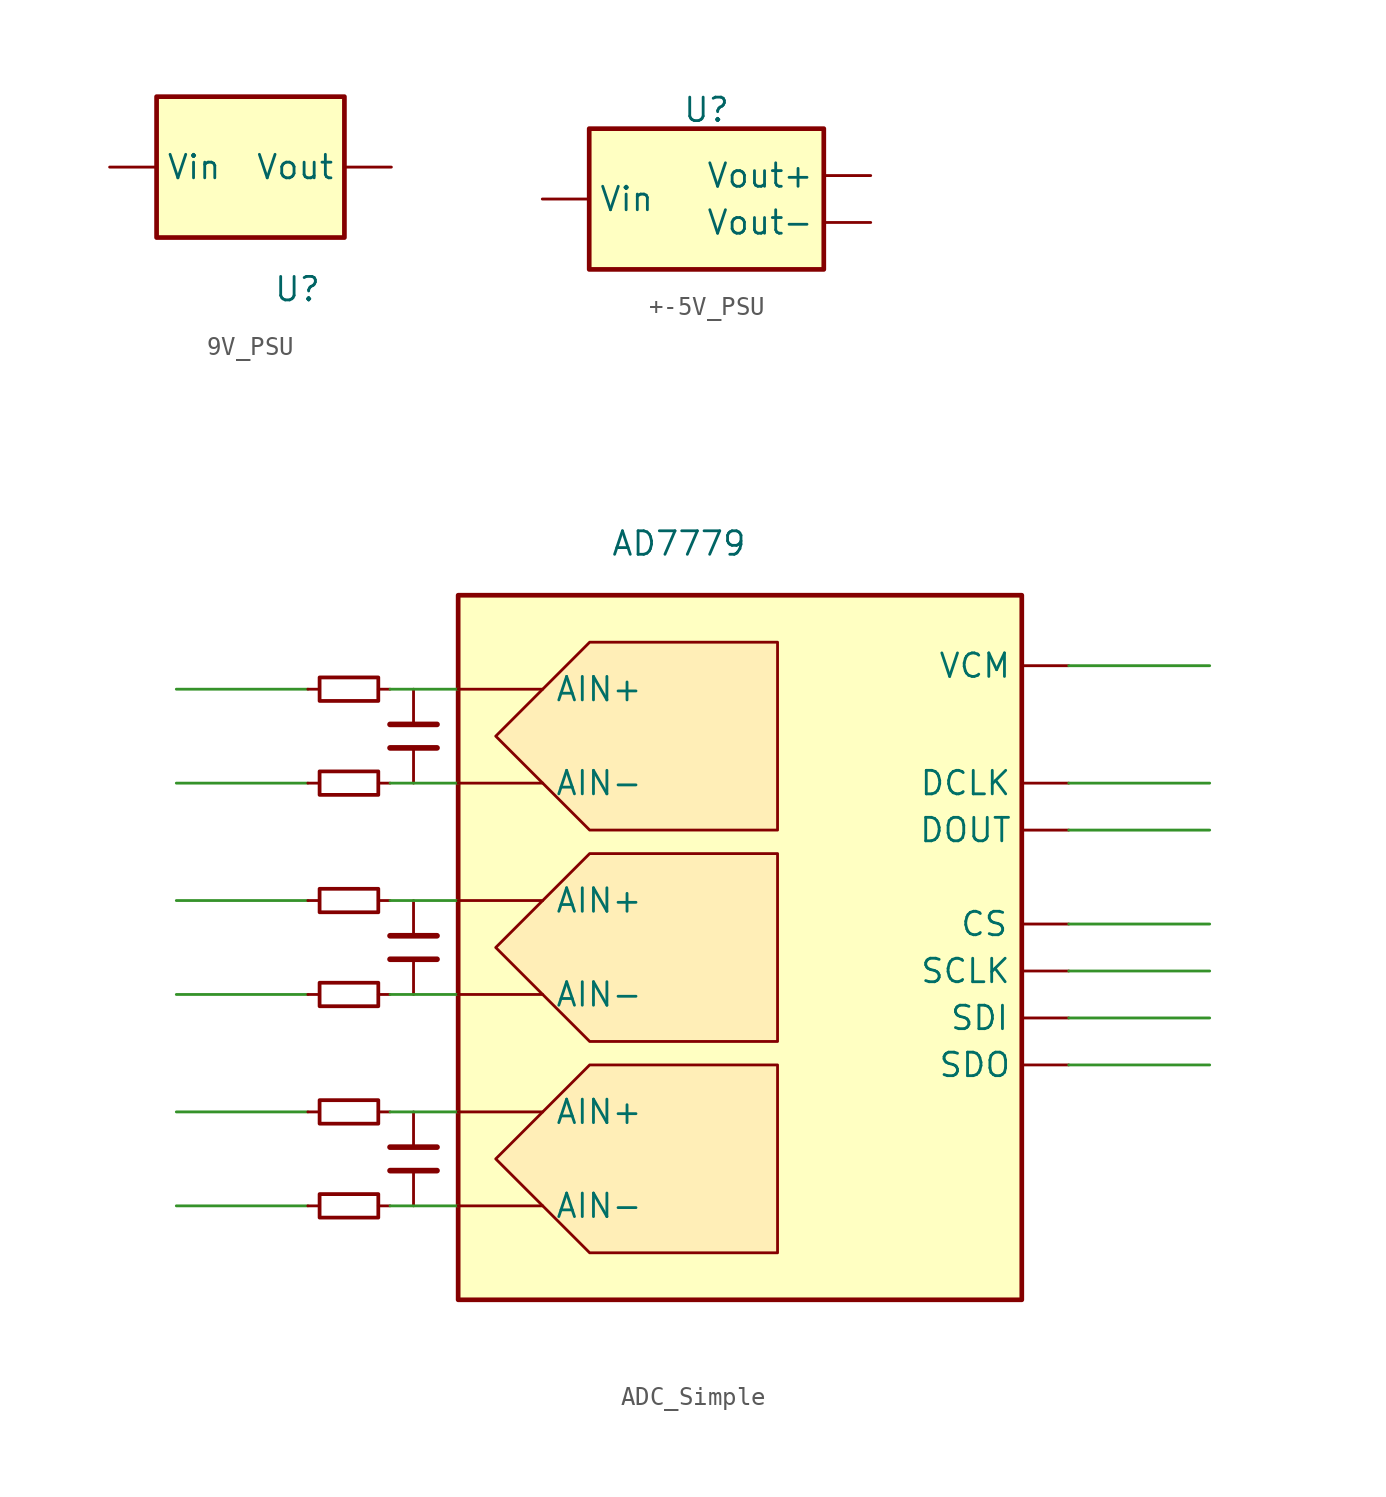
<source format=kicad_sym>
(kicad_symbol_lib
  (version 20241209)
  (generator "kicad_symbol_editor")
  (generator_version "9.0")
  (symbol "9V_PSU"
    (property "Reference" "U"
      (at 2.54 -6.604 0)
      (effects (font (size 1.27 1.27))))
    (property "Value" ""
      (at 0 0 0)
      (effects (font (size 1.27 1.27))))
    (symbol "9V_PSU_1_1"
      (rectangle (start -5.08 3.81) (end 5.08 -3.81) (stroke (width 0.254) (type solid)) (fill (type background)))
      (pin power_in line (at -7.62 0 0) (length 2.54) (name "Vin" (effects (font (size 1.27 1.27)))) (number "" (effects (font (size 1.27 1.27)))))
      (pin power_out line (at 7.62 0 180) (length 2.54) (name "Vout" (effects (font (size 1.27 1.27)))) (number "" (effects (font (size 1.27 1.27)))))))
  (symbol "+-5V_PSU"
    (pin_numbers
      (hide yes))
    (property "Reference" "U"
      (at 0 4.826 0)
      (effects (font (size 1.27 1.27))))
    (property "Value" ""
      (at 0 0 0)
      (effects (font (size 1.27 1.27))))
    (symbol "+-5V_PSU_1_1"
      (rectangle (start -6.35 3.81) (end 6.35 -3.81) (stroke (width 0.254) (type solid)) (fill (type background)))
      (pin power_in line (at -8.89 0 0) (length 2.54) (name "Vin" (effects (font (size 1.27 1.27)))) (number "" (effects (font (size 1.27 1.27)))))
      (pin power_out line (at 8.89 1.27 180) (length 2.54) (name "Vout+" (effects (font (size 1.27 1.27)))) (number "" (effects (font (size 1.27 1.27)))))
      (pin power_out line (at 8.89 -1.27 180) (length 2.54) (name "Vout-" (effects (font (size 1.27 1.27)))) (number "" (effects (font (size 1.27 1.27)))))))
  (symbol "ADC_Simple"
    (pin_numbers
      (hide yes))
    (property "Reference" "XX14"
      (at 1.778 -21.59 0)
      (do_not_autoplace)
      (effects (font (size 1.27 1.27)) (hide yes)))
    (property "Value" "AD7779"
      (at -3.302 21.844 0)
      (effects (font (size 1.27 1.27))))
    (symbol "ADC_Simple_1_1"
      (polyline (pts (xy -23.368 13.97) (xy -30.48 13.97)) (stroke (width 0) (type solid) (color 53 146 42 1)) (fill (type none)))
      (polyline (pts (xy -23.368 13.97) (xy -22.733 13.97)) (stroke (width 0) (type default)) (fill (type none)))
      (polyline (pts (xy -23.368 8.89) (xy -30.48 8.89)) (stroke (width 0) (type solid) (color 53 146 42 1)) (fill (type none)))
      (polyline (pts (xy -23.368 8.89) (xy -22.733 8.89)) (stroke (width 0) (type default)) (fill (type none)))
      (polyline (pts (xy -23.368 2.54) (xy -30.48 2.54)) (stroke (width 0) (type solid) (color 53 146 42 1)) (fill (type none)))
      (polyline (pts (xy -23.368 2.54) (xy -22.733 2.54)) (stroke (width 0) (type default)) (fill (type none)))
      (polyline (pts (xy -23.368 -2.54) (xy -30.48 -2.54)) (stroke (width 0) (type solid) (color 53 146 42 1)) (fill (type none)))
      (polyline (pts (xy -23.368 -2.54) (xy -22.733 -2.54)) (stroke (width 0) (type default)) (fill (type none)))
      (polyline (pts (xy -23.368 -8.89) (xy -30.48 -8.89)) (stroke (width 0) (type solid) (color 53 146 42 1)) (fill (type none)))
      (polyline (pts (xy -23.368 -8.89) (xy -22.733 -8.89)) (stroke (width 0) (type default)) (fill (type none)))
      (polyline (pts (xy -23.368 -13.97) (xy -30.48 -13.97)) (stroke (width 0) (type solid) (color 53 146 42 1)) (fill (type none)))
      (polyline (pts (xy -23.368 -13.97) (xy -22.733 -13.97)) (stroke (width 0) (type default)) (fill (type none)))
      (rectangle (start -22.733 14.605) (end -19.558 13.335) (stroke (width 0.203) (type solid)) (fill (type none)))
      (rectangle (start -22.733 9.525) (end -19.558 8.255) (stroke (width 0.203) (type solid)) (fill (type none)))
      (rectangle (start -22.733 3.175) (end -19.558 1.905) (stroke (width 0.203) (type solid)) (fill (type none)))
      (rectangle (start -22.733 -1.905) (end -19.558 -3.175) (stroke (width 0.203) (type solid)) (fill (type none)))
      (rectangle (start -22.733 -8.255) (end -19.558 -9.525) (stroke (width 0.203) (type solid)) (fill (type none)))
      (rectangle (start -22.733 -13.335) (end -19.558 -14.605) (stroke (width 0.203) (type solid)) (fill (type none)))
      (polyline (pts (xy -19.558 13.97) (xy -18.923 13.97)) (stroke (width 0) (type default)) (fill (type none)))
      (polyline (pts (xy -19.558 8.89) (xy -18.923 8.89)) (stroke (width 0) (type default)) (fill (type none)))
      (polyline (pts (xy -19.558 2.54) (xy -18.923 2.54)) (stroke (width 0) (type default)) (fill (type none)))
      (polyline (pts (xy -19.558 -2.54) (xy -18.923 -2.54)) (stroke (width 0) (type default)) (fill (type none)))
      (polyline (pts (xy -19.558 -8.89) (xy -18.923 -8.89)) (stroke (width 0) (type default)) (fill (type none)))
      (polyline (pts (xy -19.558 -13.97) (xy -18.923 -13.97)) (stroke (width 0) (type default)) (fill (type none)))
      (polyline (pts (xy -18.923 12.065) (xy -16.383 12.065)) (stroke (width 0.305) (type solid)) (fill (type none)))
      (polyline (pts (xy -18.923 10.795) (xy -16.383 10.795)) (stroke (width 0.305) (type solid)) (fill (type none)))
      (polyline (pts (xy -18.923 0.635) (xy -16.383 0.635)) (stroke (width 0.305) (type solid)) (fill (type none)))
      (polyline (pts (xy -18.923 -0.635) (xy -16.383 -0.635)) (stroke (width 0.305) (type solid)) (fill (type none)))
      (polyline (pts (xy -18.923 -10.795) (xy -16.383 -10.795)) (stroke (width 0.305) (type solid)) (fill (type none)))
      (polyline (pts (xy -18.923 -12.065) (xy -16.383 -12.065)) (stroke (width 0.305) (type solid)) (fill (type none)))
      (polyline (pts (xy -17.653 13.97) (xy -17.653 12.065)) (stroke (width 0) (type default)) (fill (type none)))
      (polyline (pts (xy -17.653 10.795) (xy -17.653 8.89)) (stroke (width 0) (type default)) (fill (type none)))
      (polyline (pts (xy -17.653 2.54) (xy -17.653 0.635)) (stroke (width 0) (type default)) (fill (type none)))
      (polyline (pts (xy -17.653 -0.635) (xy -17.653 -2.54)) (stroke (width 0) (type default)) (fill (type none)))
      (polyline (pts (xy -17.653 -8.89) (xy -17.653 -10.795)) (stroke (width 0) (type default)) (fill (type none)))
      (polyline (pts (xy -17.653 -12.065) (xy -17.653 -13.97)) (stroke (width 0) (type default)) (fill (type none)))
      (rectangle (start -15.24 19.05) (end 15.24 -19.05) (stroke (width 0.254) (type solid)) (fill (type background)))
      (polyline (pts (xy -15.24 13.97) (xy -18.923 13.97)) (stroke (width 0) (type solid) (color 53 146 42 1)) (fill (type none)))
      (polyline (pts (xy -15.24 8.89) (xy -18.923 8.89)) (stroke (width 0) (type solid) (color 53 146 42 1)) (fill (type none)))
      (polyline (pts (xy -15.24 2.54) (xy -18.923 2.54)) (stroke (width 0) (type solid) (color 53 146 42 1)) (fill (type none)))
      (polyline (pts (xy -15.24 -2.54) (xy -18.923 -2.54)) (stroke (width 0) (type solid) (color 53 146 42 1)) (fill (type none)))
      (polyline (pts (xy -15.24 -8.89) (xy -18.923 -8.89)) (stroke (width 0) (type solid) (color 53 146 42 1)) (fill (type none)))
      (polyline (pts (xy -15.24 -13.97) (xy -18.923 -13.97)) (stroke (width 0) (type solid) (color 53 146 42 1)) (fill (type none)))
      (polyline (pts (xy -10.668 13.97) (xy -15.24 13.97)) (stroke (width 0) (type default)) (fill (type none)))
      (polyline (pts (xy -10.668 8.89) (xy -15.24 8.89)) (stroke (width 0) (type default)) (fill (type none)))
      (polyline (pts (xy -10.668 2.54) (xy -15.24 2.54)) (stroke (width 0) (type default)) (fill (type none)))
      (polyline (pts (xy -10.668 -2.54) (xy -15.24 -2.54)) (stroke (width 0) (type default)) (fill (type none)))
      (polyline (pts (xy -10.668 -8.89) (xy -15.24 -8.89)) (stroke (width 0) (type default)) (fill (type none)))
      (polyline (pts (xy -10.668 -13.97) (xy -15.24 -13.97)) (stroke (width 0) (type default)) (fill (type none)))
      (polyline (pts (xy -8.128 16.51) (xy 2.032 16.51) (xy 2.032 6.35) (xy -8.128 6.35) (xy -13.208 11.43) (xy -8.128 16.51)) (stroke (width 0.152) (type solid)) (fill (type color) (color 255 195 154 0.27)))
      (polyline (pts (xy -8.128 5.08) (xy 2.032 5.08) (xy 2.032 -5.08) (xy -8.128 -5.08) (xy -13.208 0) (xy -8.128 5.08)) (stroke (width 0.152) (type solid)) (fill (type color) (color 255 195 154 0.27)))
      (polyline (pts (xy -8.128 -6.35) (xy 2.032 -6.35) (xy 2.032 -16.51) (xy -8.128 -16.51) (xy -13.208 -11.43) (xy -8.128 -6.35)) (stroke (width 0.152) (type solid)) (fill (type color) (color 255 195 154 0.27)))
      (polyline (pts (xy 15.24 15.24) (xy 17.78 15.24)) (stroke (width 0) (type default)) (fill (type none)))
      (polyline (pts (xy 15.24 8.89) (xy 17.78 8.89)) (stroke (width 0) (type default)) (fill (type none)))
      (polyline (pts (xy 15.24 6.35) (xy 17.78 6.35)) (stroke (width 0) (type default)) (fill (type none)))
      (polyline (pts (xy 15.24 1.27) (xy 17.78 1.27)) (stroke (width 0) (type default)) (fill (type none)))
      (polyline (pts (xy 15.24 -1.27) (xy 17.78 -1.27)) (stroke (width 0) (type default)) (fill (type none)))
      (polyline (pts (xy 15.24 -3.81) (xy 17.78 -3.81)) (stroke (width 0) (type default)) (fill (type none)))
      (polyline (pts (xy 15.24 -6.35) (xy 17.78 -6.35)) (stroke (width 0) (type default)) (fill (type none)))
      (polyline (pts (xy 17.78 15.24) (xy 25.4 15.24)) (stroke (width 0) (type solid) (color 53 146 42 1)) (fill (type none)))
      (polyline (pts (xy 17.78 8.89) (xy 25.4 8.89)) (stroke (width 0) (type solid) (color 53 146 42 1)) (fill (type none)))
      (polyline (pts (xy 17.78 6.35) (xy 25.4 6.35)) (stroke (width 0) (type solid) (color 53 146 42 1)) (fill (type none)))
      (polyline (pts (xy 17.78 1.27) (xy 25.4 1.27)) (stroke (width 0) (type solid) (color 53 146 42 1)) (fill (type none)))
      (polyline (pts (xy 17.78 -1.27) (xy 25.4 -1.27)) (stroke (width 0) (type solid) (color 53 146 42 1)) (fill (type none)))
      (polyline (pts (xy 17.78 -3.81) (xy 25.4 -3.81)) (stroke (width 0) (type solid) (color 53 146 42 1)) (fill (type none)))
      (polyline (pts (xy 17.78 -6.35) (xy 25.4 -6.35)) (stroke (width 0) (type solid) (color 53 146 42 1)) (fill (type none)))
      (text "AIN+" (at -7.62 13.97 0) (effects (font (size 1.27 1.27) (color 0 111 103 1))))
      (text "AIN-" (at -7.62 8.89 0) (effects (font (size 1.27 1.27) (color 0 111 103 1))))
      (text "AIN+" (at -7.62 2.54 0) (effects (font (size 1.27 1.27) (color 0 111 103 1))))
      (text "AIN-" (at -7.62 -2.54 0) (effects (font (size 1.27 1.27) (color 0 111 103 1))))
      (text "AIN+" (at -7.62 -8.89 0) (effects (font (size 1.27 1.27) (color 0 111 103 1))))
      (text "AIN-" (at -7.62 -13.97 0) (effects (font (size 1.27 1.27) (color 0 111 103 1))))
      (text "DCLK" (at 12.192 8.89 0) (effects (font (size 1.27 1.27) (color 0 111 103 1))))
      (text "DOUT" (at 12.192 6.35 0) (effects (font (size 1.27 1.27) (color 0 111 103 1))))
      (text "SCLK" (at 12.192 -1.27 0) (effects (font (size 1.27 1.27) (color 0 111 103 1))))
      (text "VCM" (at 12.7 15.24 0) (effects (font (size 1.27 1.27) (color 0 111 103 1))))
      (text "SDO" (at 12.7 -6.35 0) (effects (font (size 1.27 1.27) (color 0 111 103 1))))
      (text "SDI" (at 12.954 -3.81 0) (effects (font (size 1.27 1.27) (color 0 111 103 1))))
      (text "CS" (at 13.208 1.27 0) (effects (font (size 1.27 1.27) (color 0 111 103 1)))))))
</source>
